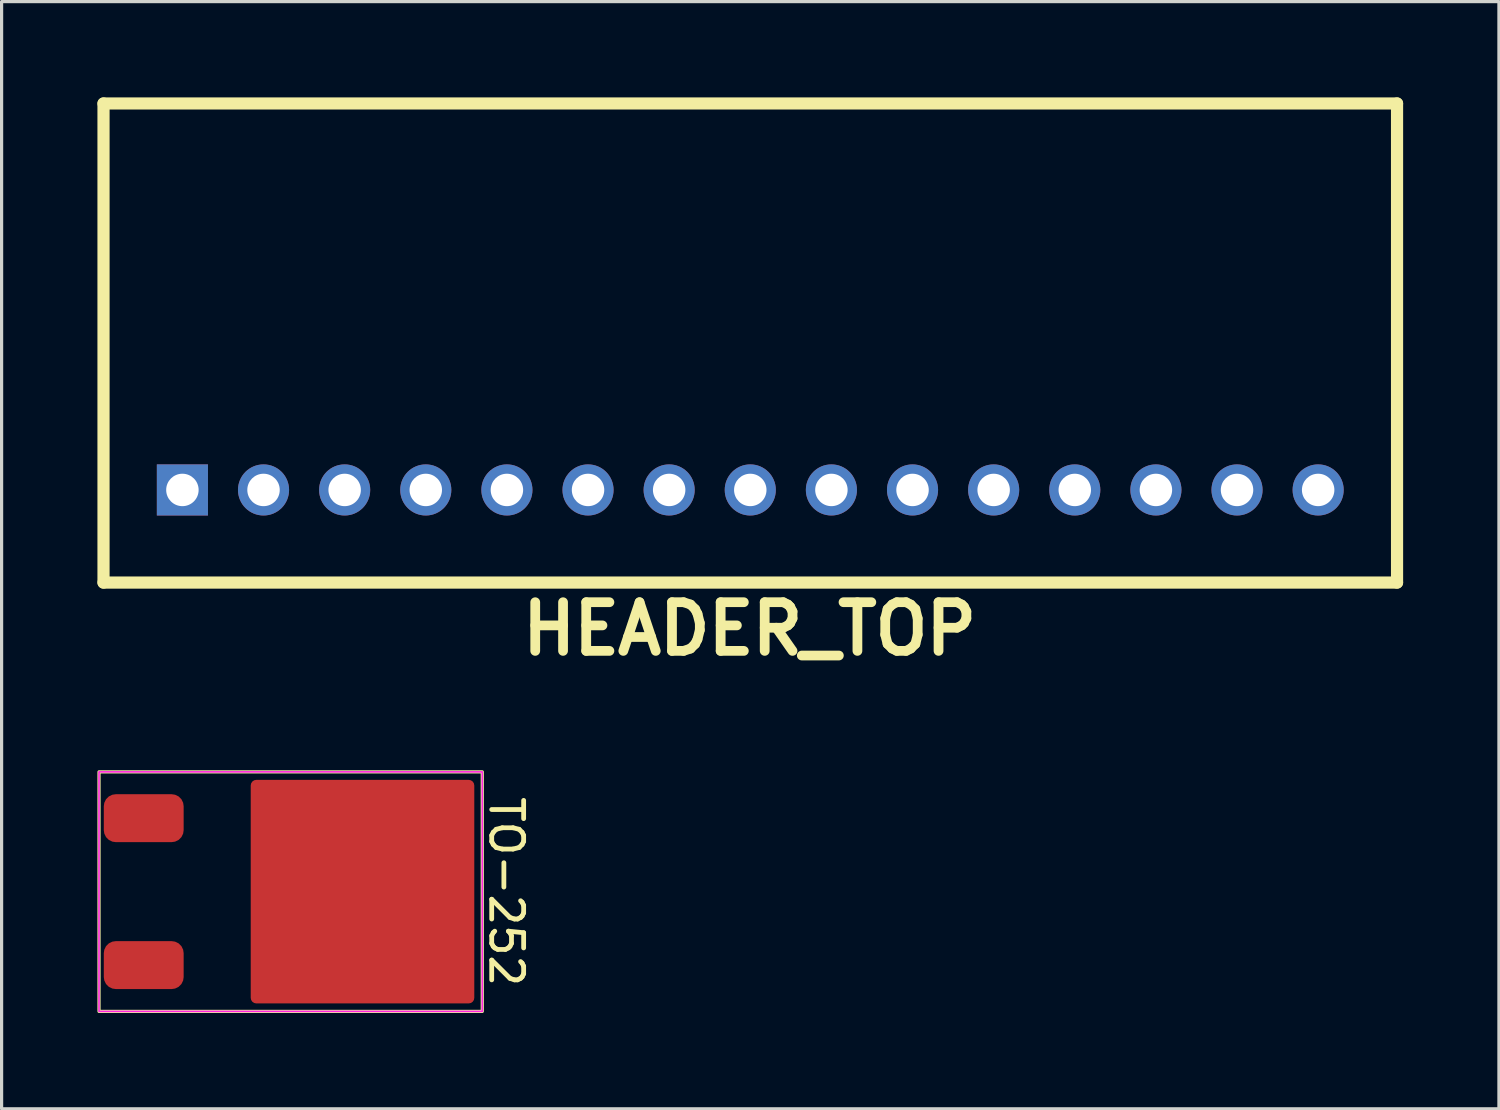
<source format=kicad_pcb>
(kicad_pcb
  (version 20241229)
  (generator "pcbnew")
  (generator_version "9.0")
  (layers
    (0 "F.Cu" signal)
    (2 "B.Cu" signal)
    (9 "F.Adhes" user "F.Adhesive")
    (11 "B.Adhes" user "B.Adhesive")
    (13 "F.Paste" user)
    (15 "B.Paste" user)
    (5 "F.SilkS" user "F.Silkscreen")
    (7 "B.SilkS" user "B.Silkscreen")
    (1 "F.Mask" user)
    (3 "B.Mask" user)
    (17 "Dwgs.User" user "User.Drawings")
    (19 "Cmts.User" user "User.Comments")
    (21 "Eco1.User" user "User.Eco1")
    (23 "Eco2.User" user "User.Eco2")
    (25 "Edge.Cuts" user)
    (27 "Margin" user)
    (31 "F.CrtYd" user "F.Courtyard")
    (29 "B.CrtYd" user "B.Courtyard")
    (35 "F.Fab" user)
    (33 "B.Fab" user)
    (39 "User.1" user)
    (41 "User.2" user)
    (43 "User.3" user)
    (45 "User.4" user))
  (footprint "TO-252"
    (layer "F.Cu")
    (at 5 24.867)
    (property "Reference" "TO-252" (at 7.8 0 270) (unlocked yes) (layer "F.SilkS") (effects (font (size 1 1) (thickness 0.15))))
    (attr smd)
    (fp_rect (start 7.05 -3.75) (end -4.95 3.75) (stroke (width 0.1) (type default)) (fill no) (layer "F.SilkS"))
    (fp_rect (start -4.95 -3.75) (end 7.05 3.75) (stroke (width 0.05) (type default)) (fill no) (layer "F.CrtYd"))
    (pad "1" smd roundrect (at -3.55 -2.3) (size 2.5 1.5) (layers "F.Cu" "F.Mask" "F.Paste") (roundrect_rratio 0.25))
    (pad "2" smd roundrect (at 3.3 0) (size 7 7) (layers "F.Cu" "F.Mask" "F.Paste") (roundrect_rratio 0.025))
    (pad "3" smd roundrect (at -3.55 2.3) (size 2.5 1.5) (layers "F.Cu" "F.Mask" "F.Paste") (roundrect_rratio 0.25)))
  (footprint "HEADER_TOP"
    (layer "F.Cu")
    (at 20.441 12.29)
    (property "Reference" "HEADER_TOP" (at -0.02 4.35 180) (layer "F.SilkS") (effects (font (size 1.524 1.524) (thickness 0.305))))
    (fp_line (start -20.25 -12.1) (end 20.25 -12.1) (stroke (width 0.381) (type solid)) (layer "F.SilkS"))
    (fp_line (start -20.25 2.9) (end -20.25 -12.1) (stroke (width 0.381) (type solid)) (layer "F.SilkS"))
    (fp_line (start 20.25 2.9) (end -20.25 2.9) (stroke (width 0.381) (type solid)) (layer "F.SilkS"))
    (fp_line (start 20.25 2.9) (end 20.25 -12.1) (stroke (width 0.381) (type solid)) (layer "F.SilkS"))
    (pad "1" thru_hole rect (at -17.78 0) (size 1.6 1.6) (drill 1.016) (layers "*.Cu" "*.Mask"))
    (pad "2" thru_hole circle (at -15.24 0) (size 1.6 1.6) (drill 1.016) (layers "*.Cu" "*.Mask"))
    (pad "3" thru_hole circle (at -12.7 0) (size 1.6 1.6) (drill 1.016) (layers "*.Cu" "*.Mask"))
    (pad "4" thru_hole circle (at -10.16 0) (size 1.6 1.6) (drill 1.016) (layers "*.Cu" "*.Mask"))
    (pad "5" thru_hole circle (at -7.62 0) (size 1.6 1.6) (drill 1.016) (layers "*.Cu" "*.Mask"))
    (pad "6" thru_hole circle (at -5.08 0) (size 1.6 1.6) (drill 1.016) (layers "*.Cu" "*.Mask"))
    (pad "7" thru_hole circle (at -2.54 0) (size 1.6 1.6) (drill 1.016) (layers "*.Cu" "*.Mask"))
    (pad "8" thru_hole circle (at 0 0) (size 1.6 1.6) (drill 1.016) (layers "*.Cu" "*.Mask"))
    (pad "9" thru_hole circle (at 2.54 0) (size 1.6 1.6) (drill 1.016) (layers "*.Cu" "*.Mask"))
    (pad "10" thru_hole circle (at 5.08 0) (size 1.6 1.6) (drill 1.016) (layers "*.Cu" "*.Mask"))
    (pad "11" thru_hole circle (at 7.62 0) (size 1.6 1.6) (drill 1.016) (layers "*.Cu" "*.Mask"))
    (pad "12" thru_hole circle (at 10.16 0) (size 1.6 1.6) (drill 1.016) (layers "*.Cu" "*.Mask"))
    (pad "13" thru_hole circle (at 12.7 0) (size 1.6 1.6) (drill 1.016) (layers "*.Cu" "*.Mask"))
    (pad "14" thru_hole circle (at 15.24 0) (size 1.6 1.6) (drill 1.016) (layers "*.Cu" "*.Mask"))
    (pad "15" thru_hole circle (at 17.78 0) (size 1.6 1.6) (drill 1.016) (layers "*.Cu" "*.Mask")))
  (gr_rect
    (start -3 -3)
    (end 43.881 31.667)
    (stroke (width 0.1) (type default))
    (fill no)
    (layer "Edge.Cuts")))
</source>
